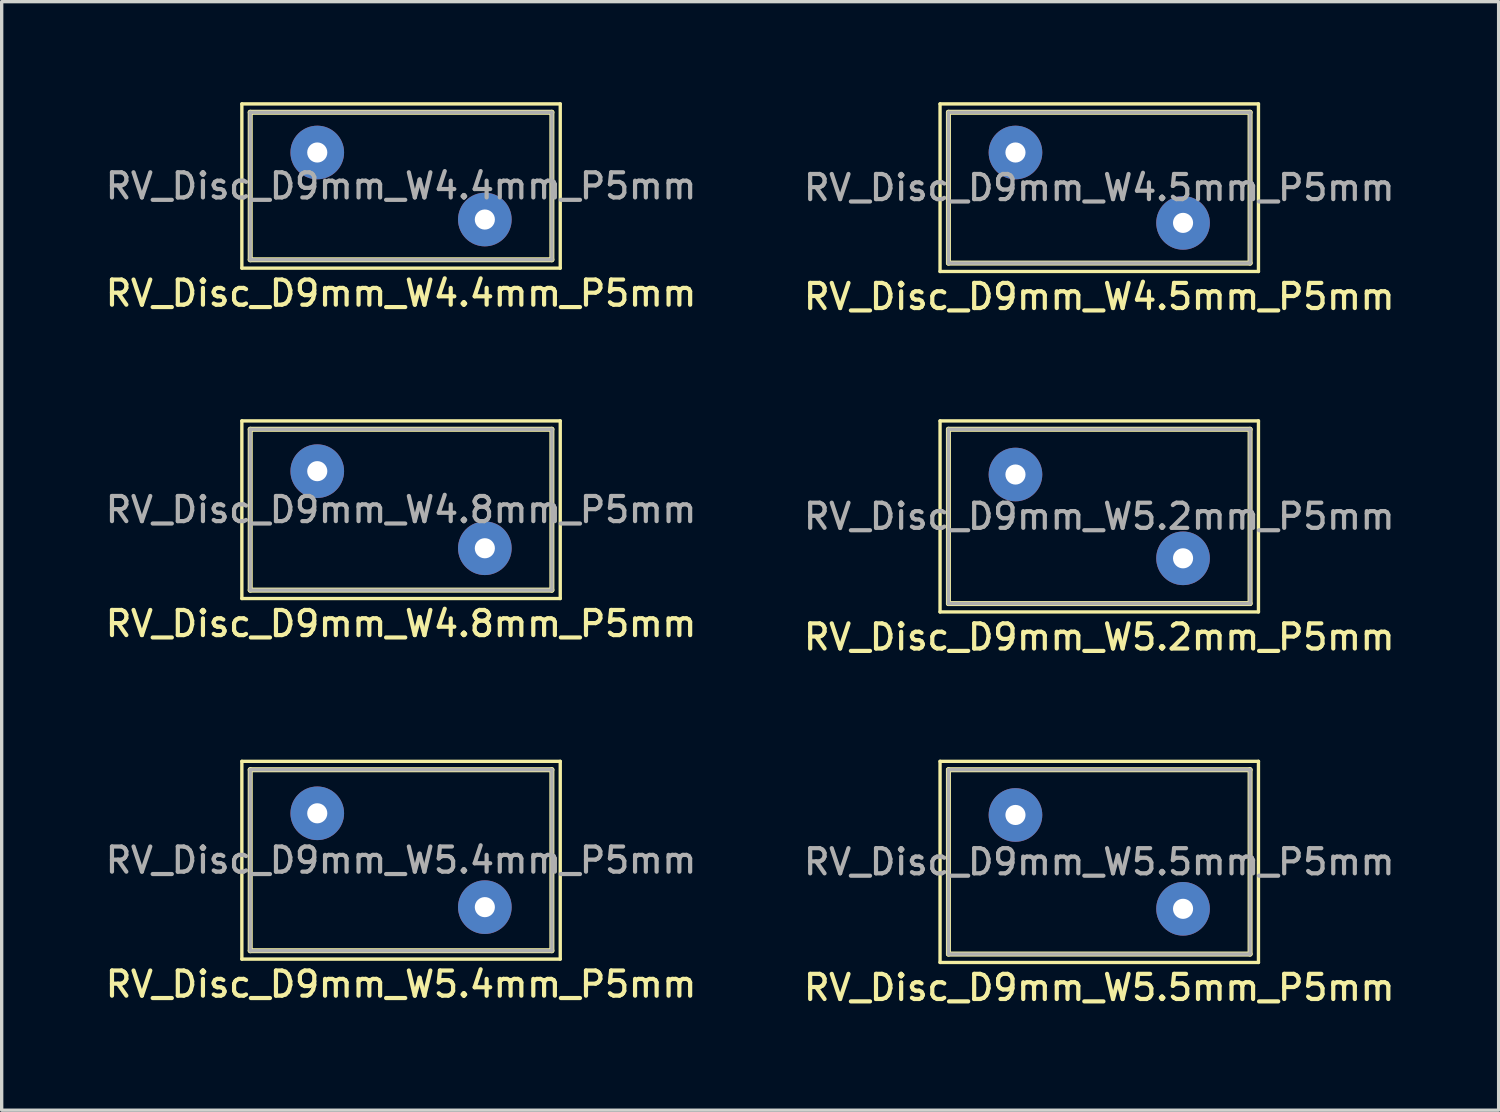
<source format=kicad_pcb>
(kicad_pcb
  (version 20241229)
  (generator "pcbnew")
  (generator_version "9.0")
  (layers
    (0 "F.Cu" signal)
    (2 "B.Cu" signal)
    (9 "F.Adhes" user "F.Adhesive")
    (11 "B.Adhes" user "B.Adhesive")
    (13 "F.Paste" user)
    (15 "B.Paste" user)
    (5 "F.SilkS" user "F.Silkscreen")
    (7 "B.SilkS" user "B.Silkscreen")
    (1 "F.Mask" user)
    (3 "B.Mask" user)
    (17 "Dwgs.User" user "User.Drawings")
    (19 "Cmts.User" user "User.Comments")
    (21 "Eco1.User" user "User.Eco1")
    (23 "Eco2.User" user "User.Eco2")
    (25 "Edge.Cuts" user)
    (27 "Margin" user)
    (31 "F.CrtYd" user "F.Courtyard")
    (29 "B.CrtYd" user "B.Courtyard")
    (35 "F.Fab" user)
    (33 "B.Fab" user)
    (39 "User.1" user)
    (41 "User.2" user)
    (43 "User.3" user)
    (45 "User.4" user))
  (footprint "RV_Disc_D9mm_W4.5mm_P5mm"
    (layer "F.Cu")
    (at 27.248 1.5)
    (property "Reference" "RV_Disc_D9mm_W4.5mm_P5mm" (at 2.5 4.3 0) (layer "F.SilkS") (effects (font (size 0.75 0.75) (thickness 0.125))))
    (attr through_hole)
    (fp_line (start -2.25 -1.45) (end -2.25 3.55) (stroke (width 0.1) (type solid)) (layer "F.SilkS"))
    (fp_line (start -2.25 -1.45) (end 7.25 -1.45) (stroke (width 0.1) (type solid)) (layer "F.SilkS"))
    (fp_line (start -2.25 3.55) (end 7.25 3.55) (stroke (width 0.1) (type solid)) (layer "F.SilkS"))
    (fp_line (start -2 -1.2) (end -2 3.3) (stroke (width 0.15) (type solid)) (layer "F.SilkS"))
    (fp_line (start -2 -1.2) (end 7 -1.2) (stroke (width 0.15) (type solid)) (layer "F.SilkS"))
    (fp_line (start -2 3.3) (end 7 3.3) (stroke (width 0.15) (type solid)) (layer "F.SilkS"))
    (fp_line (start 7 -1.2) (end 7 3.3) (stroke (width 0.15) (type solid)) (layer "F.SilkS"))
    (fp_line (start 7.25 -1.45) (end 7.25 3.55) (stroke (width 0.1) (type solid)) (layer "F.SilkS"))
    (fp_line (start -2 -1.2) (end -2 3.3) (stroke (width 0.1) (type solid)) (layer "F.Fab"))
    (fp_line (start -2 -1.2) (end 7 -1.2) (stroke (width 0.1) (type solid)) (layer "F.Fab"))
    (fp_line (start -2 3.3) (end 7 3.3) (stroke (width 0.1) (type solid)) (layer "F.Fab"))
    (fp_line (start 7 -1.2) (end 7 3.3) (stroke (width 0.1) (type solid)) (layer "F.Fab"))
    (fp_text user "${REFERENCE}" (at 2.5 1.05 0) (layer "F.Fab") (effects (font (size 0.75 0.75) (thickness 0.125))))
    (pad "1" thru_hole circle (at 0 0) (size 1.6 1.6) (drill 0.6) (layers "*.Cu" "*.Mask"))
    (pad "2" thru_hole circle (at 5 2.1) (size 1.6 1.6) (drill 0.6) (layers "*.Cu" "*.Mask")))
  (footprint "RV_Disc_D9mm_W5.2mm_P5mm"
    (layer "F.Cu")
    (at 27.248 11.108)
    (property "Reference" "RV_Disc_D9mm_W5.2mm_P5mm" (at 2.5 4.85 0) (layer "F.SilkS") (effects (font (size 0.75 0.75) (thickness 0.125))))
    (attr through_hole)
    (fp_line (start -2.25 -1.6) (end -2.25 4.1) (stroke (width 0.1) (type solid)) (layer "F.SilkS"))
    (fp_line (start -2.25 -1.6) (end 7.25 -1.6) (stroke (width 0.1) (type solid)) (layer "F.SilkS"))
    (fp_line (start -2.25 4.1) (end 7.25 4.1) (stroke (width 0.1) (type solid)) (layer "F.SilkS"))
    (fp_line (start -2 -1.35) (end -2 3.85) (stroke (width 0.15) (type solid)) (layer "F.SilkS"))
    (fp_line (start -2 -1.35) (end 7 -1.35) (stroke (width 0.15) (type solid)) (layer "F.SilkS"))
    (fp_line (start -2 3.85) (end 7 3.85) (stroke (width 0.15) (type solid)) (layer "F.SilkS"))
    (fp_line (start 7 -1.35) (end 7 3.85) (stroke (width 0.15) (type solid)) (layer "F.SilkS"))
    (fp_line (start 7.25 -1.6) (end 7.25 4.1) (stroke (width 0.1) (type solid)) (layer "F.SilkS"))
    (fp_line (start -2 -1.35) (end -2 3.85) (stroke (width 0.1) (type solid)) (layer "F.Fab"))
    (fp_line (start -2 -1.35) (end 7 -1.35) (stroke (width 0.1) (type solid)) (layer "F.Fab"))
    (fp_line (start -2 3.85) (end 7 3.85) (stroke (width 0.1) (type solid)) (layer "F.Fab"))
    (fp_line (start 7 -1.35) (end 7 3.85) (stroke (width 0.1) (type solid)) (layer "F.Fab"))
    (fp_text user "${REFERENCE}" (at 2.5 1.25 0) (layer "F.Fab") (effects (font (size 0.75 0.75) (thickness 0.125))))
    (pad "1" thru_hole circle (at 0 0) (size 1.6 1.6) (drill 0.6) (layers "*.Cu" "*.Mask"))
    (pad "2" thru_hole circle (at 5 2.5) (size 1.6 1.6) (drill 0.6) (layers "*.Cu" "*.Mask")))
  (footprint "RV_Disc_D9mm_W5.5mm_P5mm"
    (layer "F.Cu")
    (at 27.248 21.266)
    (property "Reference" "RV_Disc_D9mm_W5.5mm_P5mm" (at 2.5 5.15 0) (layer "F.SilkS") (effects (font (size 0.75 0.75) (thickness 0.125))))
    (attr through_hole)
    (fp_line (start -2.25 -1.6) (end -2.25 4.4) (stroke (width 0.1) (type solid)) (layer "F.SilkS"))
    (fp_line (start -2.25 -1.6) (end 7.25 -1.6) (stroke (width 0.1) (type solid)) (layer "F.SilkS"))
    (fp_line (start -2.25 4.4) (end 7.25 4.4) (stroke (width 0.1) (type solid)) (layer "F.SilkS"))
    (fp_line (start -2 -1.35) (end -2 4.15) (stroke (width 0.15) (type solid)) (layer "F.SilkS"))
    (fp_line (start -2 -1.35) (end 7 -1.35) (stroke (width 0.15) (type solid)) (layer "F.SilkS"))
    (fp_line (start -2 4.15) (end 7 4.15) (stroke (width 0.15) (type solid)) (layer "F.SilkS"))
    (fp_line (start 7 -1.35) (end 7 4.15) (stroke (width 0.15) (type solid)) (layer "F.SilkS"))
    (fp_line (start 7.25 -1.6) (end 7.25 4.4) (stroke (width 0.1) (type solid)) (layer "F.SilkS"))
    (fp_line (start -2 -1.35) (end -2 4.15) (stroke (width 0.1) (type solid)) (layer "F.Fab"))
    (fp_line (start -2 -1.35) (end 7 -1.35) (stroke (width 0.1) (type solid)) (layer "F.Fab"))
    (fp_line (start -2 4.15) (end 7 4.15) (stroke (width 0.1) (type solid)) (layer "F.Fab"))
    (fp_line (start 7 -1.35) (end 7 4.15) (stroke (width 0.1) (type solid)) (layer "F.Fab"))
    (fp_text user "${REFERENCE}" (at 2.5 1.4 0) (layer "F.Fab") (effects (font (size 0.75 0.75) (thickness 0.125))))
    (pad "1" thru_hole circle (at 0 0) (size 1.6 1.6) (drill 0.6) (layers "*.Cu" "*.Mask"))
    (pad "2" thru_hole circle (at 5 2.8) (size 1.6 1.6) (drill 0.6) (layers "*.Cu" "*.Mask")))
  (footprint "RV_Disc_D9mm_W5.4mm_P5mm"
    (layer "F.Cu")
    (at 6.416 21.216)
    (property "Reference" "RV_Disc_D9mm_W5.4mm_P5mm" (at 2.5 5.1 0) (layer "F.SilkS") (effects (font (size 0.75 0.75) (thickness 0.125))))
    (attr through_hole)
    (fp_line (start -2.25 -1.55) (end -2.25 4.35) (stroke (width 0.1) (type solid)) (layer "F.SilkS"))
    (fp_line (start -2.25 -1.55) (end 7.25 -1.55) (stroke (width 0.1) (type solid)) (layer "F.SilkS"))
    (fp_line (start -2.25 4.35) (end 7.25 4.35) (stroke (width 0.1) (type solid)) (layer "F.SilkS"))
    (fp_line (start -2 -1.3) (end -2 4.1) (stroke (width 0.15) (type solid)) (layer "F.SilkS"))
    (fp_line (start -2 -1.3) (end 7 -1.3) (stroke (width 0.15) (type solid)) (layer "F.SilkS"))
    (fp_line (start -2 4.1) (end 7 4.1) (stroke (width 0.15) (type solid)) (layer "F.SilkS"))
    (fp_line (start 7 -1.3) (end 7 4.1) (stroke (width 0.15) (type solid)) (layer "F.SilkS"))
    (fp_line (start 7.25 -1.55) (end 7.25 4.35) (stroke (width 0.1) (type solid)) (layer "F.SilkS"))
    (fp_line (start -2 -1.3) (end -2 4.1) (stroke (width 0.1) (type solid)) (layer "F.Fab"))
    (fp_line (start -2 -1.3) (end 7 -1.3) (stroke (width 0.1) (type solid)) (layer "F.Fab"))
    (fp_line (start -2 4.1) (end 7 4.1) (stroke (width 0.1) (type solid)) (layer "F.Fab"))
    (fp_line (start 7 -1.3) (end 7 4.1) (stroke (width 0.1) (type solid)) (layer "F.Fab"))
    (fp_text user "${REFERENCE}" (at 2.5 1.4 0) (layer "F.Fab") (effects (font (size 0.75 0.75) (thickness 0.125))))
    (pad "1" thru_hole circle (at 0 0) (size 1.6 1.6) (drill 0.6) (layers "*.Cu" "*.Mask"))
    (pad "2" thru_hole circle (at 5 2.8) (size 1.6 1.6) (drill 0.6) (layers "*.Cu" "*.Mask")))
  (footprint "RV_Disc_D9mm_W4.4mm_P5mm"
    (layer "F.Cu")
    (at 6.416 1.5)
    (property "Reference" "RV_Disc_D9mm_W4.4mm_P5mm" (at 2.5 4.2 0) (layer "F.SilkS") (effects (font (size 0.75 0.75) (thickness 0.125))))
    (attr through_hole)
    (fp_line (start -2.25 -1.45) (end -2.25 3.45) (stroke (width 0.1) (type solid)) (layer "F.SilkS"))
    (fp_line (start -2.25 -1.45) (end 7.25 -1.45) (stroke (width 0.1) (type solid)) (layer "F.SilkS"))
    (fp_line (start -2.25 3.45) (end 7.25 3.45) (stroke (width 0.1) (type solid)) (layer "F.SilkS"))
    (fp_line (start -2 -1.2) (end -2 3.2) (stroke (width 0.15) (type solid)) (layer "F.SilkS"))
    (fp_line (start -2 -1.2) (end 7 -1.2) (stroke (width 0.15) (type solid)) (layer "F.SilkS"))
    (fp_line (start -2 3.2) (end 7 3.2) (stroke (width 0.15) (type solid)) (layer "F.SilkS"))
    (fp_line (start 7 -1.2) (end 7 3.2) (stroke (width 0.15) (type solid)) (layer "F.SilkS"))
    (fp_line (start 7.25 -1.45) (end 7.25 3.45) (stroke (width 0.1) (type solid)) (layer "F.SilkS"))
    (fp_line (start -2 -1.2) (end -2 3.2) (stroke (width 0.1) (type solid)) (layer "F.Fab"))
    (fp_line (start -2 -1.2) (end 7 -1.2) (stroke (width 0.1) (type solid)) (layer "F.Fab"))
    (fp_line (start -2 3.2) (end 7 3.2) (stroke (width 0.1) (type solid)) (layer "F.Fab"))
    (fp_line (start 7 -1.2) (end 7 3.2) (stroke (width 0.1) (type solid)) (layer "F.Fab"))
    (fp_text user "${REFERENCE}" (at 2.5 1 0) (layer "F.Fab") (effects (font (size 0.75 0.75) (thickness 0.125))))
    (pad "1" thru_hole circle (at 0 0) (size 1.6 1.6) (drill 0.6) (layers "*.Cu" "*.Mask"))
    (pad "2" thru_hole circle (at 5 2) (size 1.6 1.6) (drill 0.6) (layers "*.Cu" "*.Mask")))
  (footprint "RV_Disc_D9mm_W4.8mm_P5mm"
    (layer "F.Cu")
    (at 6.416 11.008)
    (property "Reference" "RV_Disc_D9mm_W4.8mm_P5mm" (at 2.5 4.55 0) (layer "F.SilkS") (effects (font (size 0.75 0.75) (thickness 0.125))))
    (attr through_hole)
    (fp_line (start -2.25 -1.5) (end -2.25 3.8) (stroke (width 0.1) (type solid)) (layer "F.SilkS"))
    (fp_line (start -2.25 -1.5) (end 7.25 -1.5) (stroke (width 0.1) (type solid)) (layer "F.SilkS"))
    (fp_line (start -2.25 3.8) (end 7.25 3.8) (stroke (width 0.1) (type solid)) (layer "F.SilkS"))
    (fp_line (start -2 -1.25) (end -2 3.55) (stroke (width 0.15) (type solid)) (layer "F.SilkS"))
    (fp_line (start -2 -1.25) (end 7 -1.25) (stroke (width 0.15) (type solid)) (layer "F.SilkS"))
    (fp_line (start -2 3.55) (end 7 3.55) (stroke (width 0.15) (type solid)) (layer "F.SilkS"))
    (fp_line (start 7 -1.25) (end 7 3.55) (stroke (width 0.15) (type solid)) (layer "F.SilkS"))
    (fp_line (start 7.25 -1.5) (end 7.25 3.8) (stroke (width 0.1) (type solid)) (layer "F.SilkS"))
    (fp_line (start -2 -1.25) (end -2 3.55) (stroke (width 0.1) (type solid)) (layer "F.Fab"))
    (fp_line (start -2 -1.25) (end 7 -1.25) (stroke (width 0.1) (type solid)) (layer "F.Fab"))
    (fp_line (start -2 3.55) (end 7 3.55) (stroke (width 0.1) (type solid)) (layer "F.Fab"))
    (fp_line (start 7 -1.25) (end 7 3.55) (stroke (width 0.1) (type solid)) (layer "F.Fab"))
    (fp_text user "${REFERENCE}" (at 2.5 1.15 0) (layer "F.Fab") (effects (font (size 0.75 0.75) (thickness 0.125))))
    (pad "1" thru_hole circle (at 0 0) (size 1.6 1.6) (drill 0.6) (layers "*.Cu" "*.Mask"))
    (pad "2" thru_hole circle (at 5 2.3) (size 1.6 1.6) (drill 0.6) (layers "*.Cu" "*.Mask")))
  (gr_rect
    (start -3 -3)
    (end 41.664 30.074)
    (stroke (width 0.1) (type default))
    (fill no)
    (layer "Edge.Cuts")))
</source>
